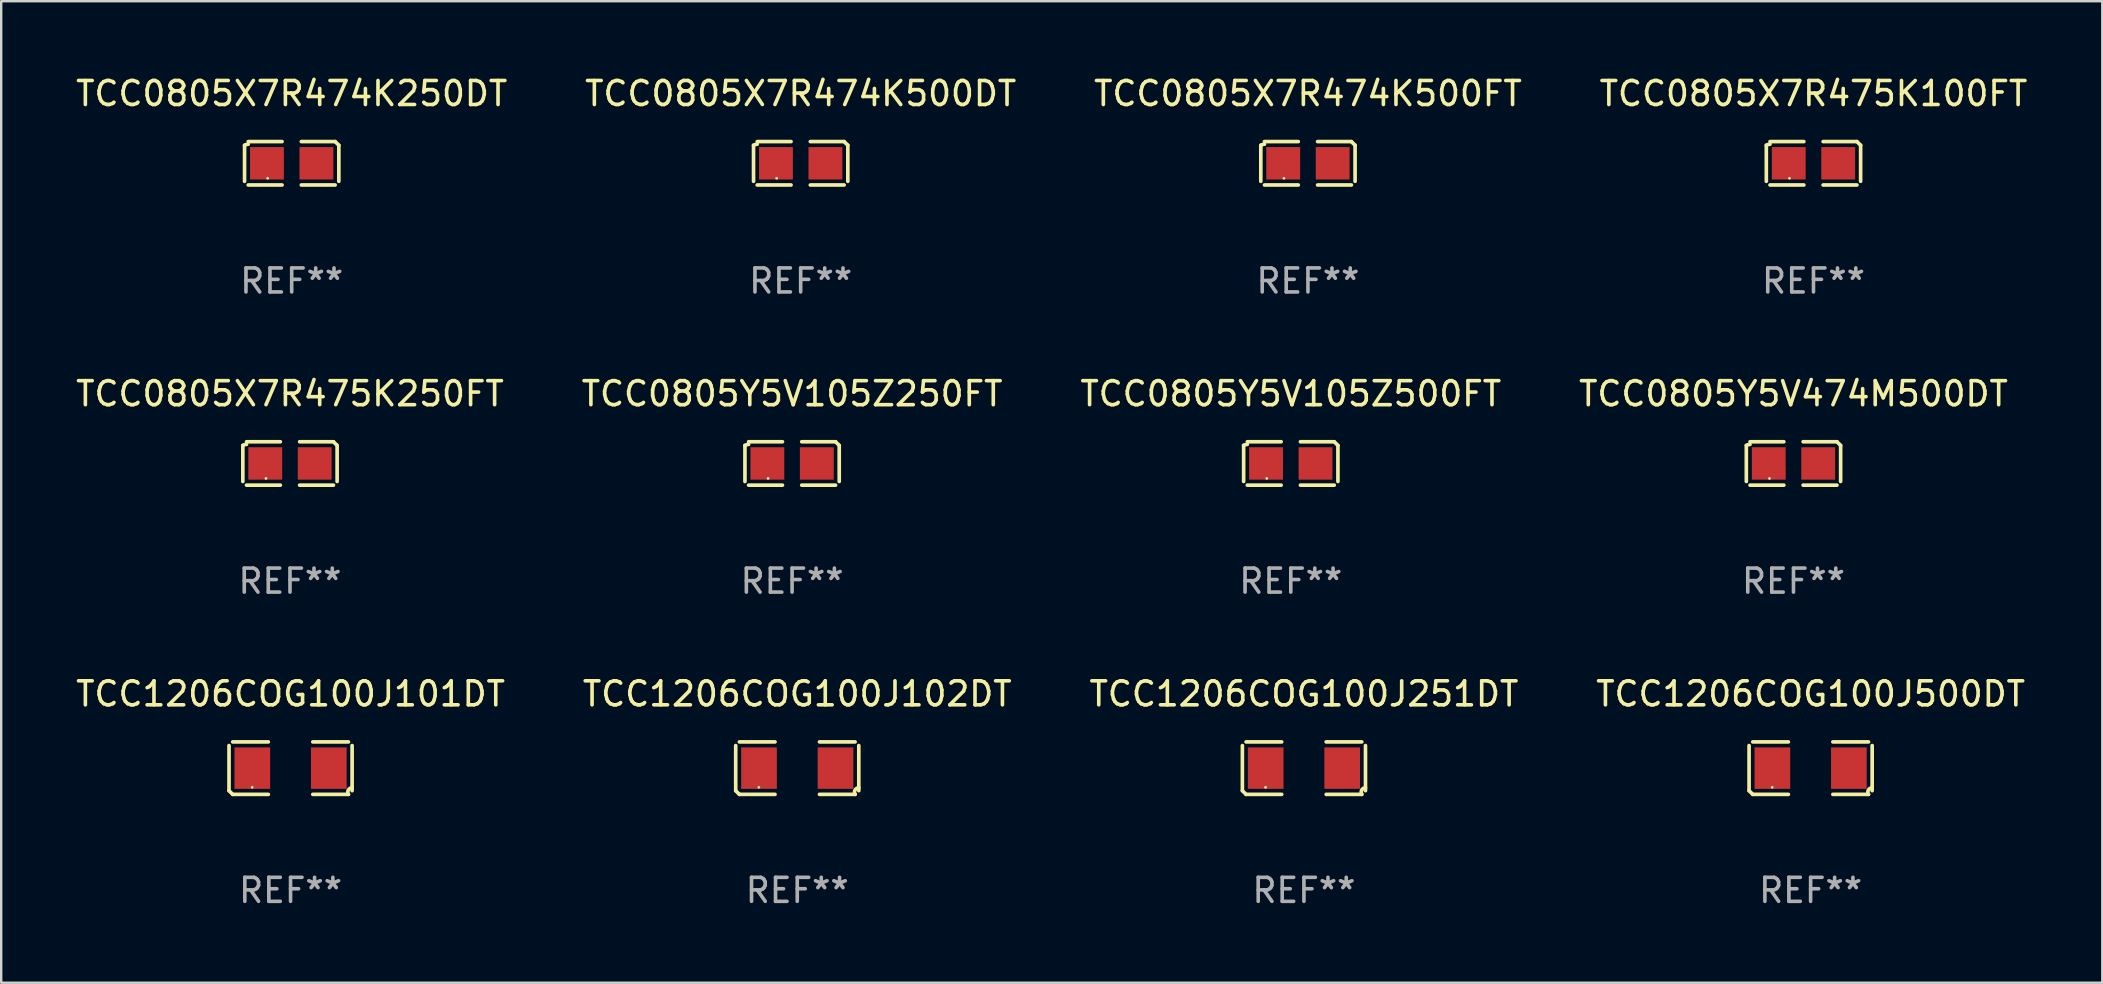
<source format=kicad_pcb>
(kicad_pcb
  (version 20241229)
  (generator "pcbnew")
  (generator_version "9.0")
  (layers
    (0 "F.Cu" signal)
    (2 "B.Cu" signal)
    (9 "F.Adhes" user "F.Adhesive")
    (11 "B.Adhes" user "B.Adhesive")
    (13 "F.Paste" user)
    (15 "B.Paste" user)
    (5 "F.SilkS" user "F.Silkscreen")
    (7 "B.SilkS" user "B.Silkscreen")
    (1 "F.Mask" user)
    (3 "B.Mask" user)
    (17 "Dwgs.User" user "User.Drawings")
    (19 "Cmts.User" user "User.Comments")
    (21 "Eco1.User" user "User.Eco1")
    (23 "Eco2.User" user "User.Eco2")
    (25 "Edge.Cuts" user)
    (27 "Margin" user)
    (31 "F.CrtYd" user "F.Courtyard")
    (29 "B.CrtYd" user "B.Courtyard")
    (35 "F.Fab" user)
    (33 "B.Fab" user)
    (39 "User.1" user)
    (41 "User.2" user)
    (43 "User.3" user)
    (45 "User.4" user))
  (footprint "TCC1206COG100J500DT"
    (layer "F.Cu")
    (at 72.375 28.948)
    (property "Reference" "TCC1206COG100J500DT" (at 0 -3.093 0) (layer "F.SilkS") (effects (font (size 1 1) (thickness 0.15))))
    (attr through_hole)
    (fp_line (start -2.564 0.94) (end -2.564 -0.94) (stroke (width 0.152) (type solid)) (layer "F.SilkS"))
    (fp_line (start -2.411 -1.093) (end -0.926 -1.093) (stroke (width 0.152) (type solid)) (layer "F.SilkS"))
    (fp_line (start -0.926 1.093) (end -2.411 1.093) (stroke (width 0.152) (type solid)) (layer "F.SilkS"))
    (fp_line (start 0.926 1.093) (end 2.411 1.093) (stroke (width 0.152) (type solid)) (layer "F.SilkS"))
    (fp_line (start 2.411 -1.093) (end 0.926 -1.093) (stroke (width 0.152) (type solid)) (layer "F.SilkS"))
    (fp_line (start 2.564 0.94) (end 2.564 -0.94) (stroke (width 0.152) (type solid)) (layer "F.SilkS"))
    (fp_arc (start -2.411201 1.092609) (mid -2.487413 1.01642) (end -2.563602 0.940208) (stroke (width 0.1524) (type solid)) (layer "F.SilkS"))
    (fp_arc (start 2.411201 1.092609) (mid 2.407159 0.911226) (end 2.563602 0.819347) (stroke (width 0.1524) (type solid)) (layer "F.SilkS"))
    (fp_circle (center -1.6 0.8) (end -1.57 0.8) (stroke (width 0.06) (type solid)) (fill no) (layer "F.SilkS"))
    (fp_text user "REF**" (at 0 5.093 0) (layer "F.Fab") (effects (font (size 1 1) (thickness 0.15))))
    (pad "1" smd rect (at -1.593 0) (size 1.485 1.728) (layers "F.Cu" "F.Mask" "F.Paste"))
    (pad "2" smd rect (at 1.593 0) (size 1.485 1.728) (layers "F.Cu" "F.Mask" "F.Paste")))
  (footprint "TCC0805Y5V474M500DT"
    (layer "F.Cu")
    (at 71.661 16.256)
    (property "Reference" "TCC0805Y5V474M500DT" (at 0 -2.904 0) (layer "F.SilkS") (effects (font (size 1 1) (thickness 0.15))))
    (attr through_hole)
    (fp_line (start -1.964 0.751) (end -1.964 -0.751) (stroke (width 0.152) (type solid)) (layer "F.SilkS"))
    (fp_line (start -1.811 -0.904) (end -0.401 -0.904) (stroke (width 0.152) (type solid)) (layer "F.SilkS"))
    (fp_line (start -0.401 0.904) (end -1.811 0.904) (stroke (width 0.152) (type solid)) (layer "F.SilkS"))
    (fp_line (start 0.401 0.904) (end 1.811 0.904) (stroke (width 0.152) (type solid)) (layer "F.SilkS"))
    (fp_line (start 1.811 -0.904) (end 0.401 -0.904) (stroke (width 0.152) (type solid)) (layer "F.SilkS"))
    (fp_line (start 1.964 0.751) (end 1.964 -0.751) (stroke (width 0.152) (type solid)) (layer "F.SilkS"))
    (fp_arc (start -1.963602 -0.751207) (mid -1.890354 -0.783131) (end -1.811201 -0.794044) (stroke (width 0.1524) (type solid)) (layer "F.SilkS"))
    (fp_arc (start 1.811202 -0.903607) (mid 1.887413 -0.827418) (end 1.963602 -0.751207) (stroke (width 0.1524) (type solid)) (layer "F.SilkS"))
    (fp_circle (center -1 0.625) (end -0.97 0.625) (stroke (width 0.06) (type solid)) (fill no) (layer "F.SilkS"))
    (fp_text user "REF**" (at 0 4.904 0) (layer "F.Fab") (effects (font (size 1 1) (thickness 0.15))))
    (pad "1" smd rect (at -1.03 0) (size 1.41 1.35) (layers "F.Cu" "F.Mask" "F.Paste"))
    (pad "2" smd rect (at 1.03 0) (size 1.41 1.35) (layers "F.Cu" "F.Mask" "F.Paste")))
  (footprint "TCC0805X7R475K100FT"
    (layer "F.Cu")
    (at 72.494 3.752)
    (property "Reference" "TCC0805X7R475K100FT" (at 0 -2.904 0) (layer "F.SilkS") (effects (font (size 1 1) (thickness 0.15))))
    (attr through_hole)
    (fp_line (start -1.964 0.751) (end -1.964 -0.751) (stroke (width 0.152) (type solid)) (layer "F.SilkS"))
    (fp_line (start -1.811 -0.904) (end -0.401 -0.904) (stroke (width 0.152) (type solid)) (layer "F.SilkS"))
    (fp_line (start -0.401 0.904) (end -1.811 0.904) (stroke (width 0.152) (type solid)) (layer "F.SilkS"))
    (fp_line (start 0.401 0.904) (end 1.811 0.904) (stroke (width 0.152) (type solid)) (layer "F.SilkS"))
    (fp_line (start 1.811 -0.904) (end 0.401 -0.904) (stroke (width 0.152) (type solid)) (layer "F.SilkS"))
    (fp_line (start 1.964 0.751) (end 1.964 -0.751) (stroke (width 0.152) (type solid)) (layer "F.SilkS"))
    (fp_arc (start -1.963602 -0.751207) (mid -1.890354 -0.783131) (end -1.811201 -0.794044) (stroke (width 0.1524) (type solid)) (layer "F.SilkS"))
    (fp_arc (start 1.811202 -0.903607) (mid 1.887413 -0.827418) (end 1.963602 -0.751207) (stroke (width 0.1524) (type solid)) (layer "F.SilkS"))
    (fp_circle (center -1 0.625) (end -0.97 0.625) (stroke (width 0.06) (type solid)) (fill no) (layer "F.SilkS"))
    (fp_text user "REF**" (at 0 4.904 0) (layer "F.Fab") (effects (font (size 1 1) (thickness 0.15))))
    (pad "1" smd rect (at -1.03 0) (size 1.41 1.35) (layers "F.Cu" "F.Mask" "F.Paste"))
    (pad "2" smd rect (at 1.03 0) (size 1.41 1.35) (layers "F.Cu" "F.Mask" "F.Paste")))
  (footprint "TCC1206COG100J102DT"
    (layer "F.Cu")
    (at 30.161 28.948)
    (property "Reference" "TCC1206COG100J102DT" (at 0 -3.093 0) (layer "F.SilkS") (effects (font (size 1 1) (thickness 0.15))))
    (attr through_hole)
    (fp_line (start -2.564 0.94) (end -2.564 -0.94) (stroke (width 0.152) (type solid)) (layer "F.SilkS"))
    (fp_line (start -2.411 -1.093) (end -0.926 -1.093) (stroke (width 0.152) (type solid)) (layer "F.SilkS"))
    (fp_line (start -0.926 1.093) (end -2.411 1.093) (stroke (width 0.152) (type solid)) (layer "F.SilkS"))
    (fp_line (start 0.926 1.093) (end 2.411 1.093) (stroke (width 0.152) (type solid)) (layer "F.SilkS"))
    (fp_line (start 2.411 -1.093) (end 0.926 -1.093) (stroke (width 0.152) (type solid)) (layer "F.SilkS"))
    (fp_line (start 2.564 0.94) (end 2.564 -0.94) (stroke (width 0.152) (type solid)) (layer "F.SilkS"))
    (fp_arc (start -2.411201 1.092609) (mid -2.487413 1.01642) (end -2.563602 0.940208) (stroke (width 0.1524) (type solid)) (layer "F.SilkS"))
    (fp_arc (start 2.411201 1.092609) (mid 2.407159 0.911226) (end 2.563602 0.819347) (stroke (width 0.1524) (type solid)) (layer "F.SilkS"))
    (fp_circle (center -1.6 0.8) (end -1.57 0.8) (stroke (width 0.06) (type solid)) (fill no) (layer "F.SilkS"))
    (fp_text user "REF**" (at 0 5.093 0) (layer "F.Fab") (effects (font (size 1 1) (thickness 0.15))))
    (pad "1" smd rect (at -1.593 0) (size 1.485 1.728) (layers "F.Cu" "F.Mask" "F.Paste"))
    (pad "2" smd rect (at 1.593 0) (size 1.485 1.728) (layers "F.Cu" "F.Mask" "F.Paste")))
  (footprint "TCC0805X7R474K250DT"
    (layer "F.Cu")
    (at 9.101 3.752)
    (property "Reference" "TCC0805X7R474K250DT" (at 0 -2.904 0) (layer "F.SilkS") (effects (font (size 1 1) (thickness 0.15))))
    (attr through_hole)
    (fp_line (start -1.964 0.751) (end -1.964 -0.751) (stroke (width 0.152) (type solid)) (layer "F.SilkS"))
    (fp_line (start -1.811 -0.904) (end -0.401 -0.904) (stroke (width 0.152) (type solid)) (layer "F.SilkS"))
    (fp_line (start -0.401 0.904) (end -1.811 0.904) (stroke (width 0.152) (type solid)) (layer "F.SilkS"))
    (fp_line (start 0.401 0.904) (end 1.811 0.904) (stroke (width 0.152) (type solid)) (layer "F.SilkS"))
    (fp_line (start 1.811 -0.904) (end 0.401 -0.904) (stroke (width 0.152) (type solid)) (layer "F.SilkS"))
    (fp_line (start 1.964 0.751) (end 1.964 -0.751) (stroke (width 0.152) (type solid)) (layer "F.SilkS"))
    (fp_arc (start -1.963602 -0.751207) (mid -1.890354 -0.783131) (end -1.811201 -0.794044) (stroke (width 0.1524) (type solid)) (layer "F.SilkS"))
    (fp_arc (start 1.811202 -0.903607) (mid 1.887413 -0.827418) (end 1.963602 -0.751207) (stroke (width 0.1524) (type solid)) (layer "F.SilkS"))
    (fp_circle (center -1 0.625) (end -0.97 0.625) (stroke (width 0.06) (type solid)) (fill no) (layer "F.SilkS"))
    (fp_text user "REF**" (at 0 4.904 0) (layer "F.Fab") (effects (font (size 1 1) (thickness 0.15))))
    (pad "1" smd rect (at -1.03 0) (size 1.41 1.35) (layers "F.Cu" "F.Mask" "F.Paste"))
    (pad "2" smd rect (at 1.03 0) (size 1.41 1.35) (layers "F.Cu" "F.Mask" "F.Paste")))
  (footprint "TCC0805X7R474K500DT"
    (layer "F.Cu")
    (at 30.304 3.752)
    (property "Reference" "TCC0805X7R474K500DT" (at 0 -2.904 0) (layer "F.SilkS") (effects (font (size 1 1) (thickness 0.15))))
    (attr through_hole)
    (fp_line (start -1.964 0.751) (end -1.964 -0.751) (stroke (width 0.152) (type solid)) (layer "F.SilkS"))
    (fp_line (start -1.811 -0.904) (end -0.401 -0.904) (stroke (width 0.152) (type solid)) (layer "F.SilkS"))
    (fp_line (start -0.401 0.904) (end -1.811 0.904) (stroke (width 0.152) (type solid)) (layer "F.SilkS"))
    (fp_line (start 0.401 0.904) (end 1.811 0.904) (stroke (width 0.152) (type solid)) (layer "F.SilkS"))
    (fp_line (start 1.811 -0.904) (end 0.401 -0.904) (stroke (width 0.152) (type solid)) (layer "F.SilkS"))
    (fp_line (start 1.964 0.751) (end 1.964 -0.751) (stroke (width 0.152) (type solid)) (layer "F.SilkS"))
    (fp_arc (start -1.963602 -0.751207) (mid -1.890354 -0.783131) (end -1.811201 -0.794044) (stroke (width 0.1524) (type solid)) (layer "F.SilkS"))
    (fp_arc (start 1.811202 -0.903607) (mid 1.887413 -0.827418) (end 1.963602 -0.751207) (stroke (width 0.1524) (type solid)) (layer "F.SilkS"))
    (fp_circle (center -1 0.625) (end -0.97 0.625) (stroke (width 0.06) (type solid)) (fill no) (layer "F.SilkS"))
    (fp_text user "REF**" (at 0 4.904 0) (layer "F.Fab") (effects (font (size 1 1) (thickness 0.15))))
    (pad "1" smd rect (at -1.03 0) (size 1.41 1.35) (layers "F.Cu" "F.Mask" "F.Paste"))
    (pad "2" smd rect (at 1.03 0) (size 1.41 1.35) (layers "F.Cu" "F.Mask" "F.Paste")))
  (footprint "TCC0805Y5V105Z250FT"
    (layer "F.Cu")
    (at 29.946 16.256)
    (property "Reference" "TCC0805Y5V105Z250FT" (at 0 -2.904 0) (layer "F.SilkS") (effects (font (size 1 1) (thickness 0.15))))
    (attr through_hole)
    (fp_line (start -1.964 0.751) (end -1.964 -0.751) (stroke (width 0.152) (type solid)) (layer "F.SilkS"))
    (fp_line (start -1.811 -0.904) (end -0.401 -0.904) (stroke (width 0.152) (type solid)) (layer "F.SilkS"))
    (fp_line (start -0.401 0.904) (end -1.811 0.904) (stroke (width 0.152) (type solid)) (layer "F.SilkS"))
    (fp_line (start 0.401 0.904) (end 1.811 0.904) (stroke (width 0.152) (type solid)) (layer "F.SilkS"))
    (fp_line (start 1.811 -0.904) (end 0.401 -0.904) (stroke (width 0.152) (type solid)) (layer "F.SilkS"))
    (fp_line (start 1.964 0.751) (end 1.964 -0.751) (stroke (width 0.152) (type solid)) (layer "F.SilkS"))
    (fp_arc (start -1.963602 -0.751207) (mid -1.890354 -0.783131) (end -1.811201 -0.794044) (stroke (width 0.1524) (type solid)) (layer "F.SilkS"))
    (fp_arc (start 1.811202 -0.903607) (mid 1.887413 -0.827418) (end 1.963602 -0.751207) (stroke (width 0.1524) (type solid)) (layer "F.SilkS"))
    (fp_circle (center -1 0.625) (end -0.97 0.625) (stroke (width 0.06) (type solid)) (fill no) (layer "F.SilkS"))
    (fp_text user "REF**" (at 0 4.904 0) (layer "F.Fab") (effects (font (size 1 1) (thickness 0.15))))
    (pad "1" smd rect (at -1.03 0) (size 1.41 1.35) (layers "F.Cu" "F.Mask" "F.Paste"))
    (pad "2" smd rect (at 1.03 0) (size 1.41 1.35) (layers "F.Cu" "F.Mask" "F.Paste")))
  (footprint "TCC0805Y5V105Z500FT"
    (layer "F.Cu")
    (at 50.72 16.256)
    (property "Reference" "TCC0805Y5V105Z500FT" (at 0 -2.904 0) (layer "F.SilkS") (effects (font (size 1 1) (thickness 0.15))))
    (attr through_hole)
    (fp_line (start -1.964 0.751) (end -1.964 -0.751) (stroke (width 0.152) (type solid)) (layer "F.SilkS"))
    (fp_line (start -1.811 -0.904) (end -0.401 -0.904) (stroke (width 0.152) (type solid)) (layer "F.SilkS"))
    (fp_line (start -0.401 0.904) (end -1.811 0.904) (stroke (width 0.152) (type solid)) (layer "F.SilkS"))
    (fp_line (start 0.401 0.904) (end 1.811 0.904) (stroke (width 0.152) (type solid)) (layer "F.SilkS"))
    (fp_line (start 1.811 -0.904) (end 0.401 -0.904) (stroke (width 0.152) (type solid)) (layer "F.SilkS"))
    (fp_line (start 1.964 0.751) (end 1.964 -0.751) (stroke (width 0.152) (type solid)) (layer "F.SilkS"))
    (fp_arc (start -1.963602 -0.751207) (mid -1.890354 -0.783131) (end -1.811201 -0.794044) (stroke (width 0.1524) (type solid)) (layer "F.SilkS"))
    (fp_arc (start 1.811202 -0.903607) (mid 1.887413 -0.827418) (end 1.963602 -0.751207) (stroke (width 0.1524) (type solid)) (layer "F.SilkS"))
    (fp_circle (center -1 0.625) (end -0.97 0.625) (stroke (width 0.06) (type solid)) (fill no) (layer "F.SilkS"))
    (fp_text user "REF**" (at 0 4.904 0) (layer "F.Fab") (effects (font (size 1 1) (thickness 0.15))))
    (pad "1" smd rect (at -1.03 0) (size 1.41 1.35) (layers "F.Cu" "F.Mask" "F.Paste"))
    (pad "2" smd rect (at 1.03 0) (size 1.41 1.35) (layers "F.Cu" "F.Mask" "F.Paste")))
  (footprint "TCC1206COG100J251DT"
    (layer "F.Cu")
    (at 51.268 28.948)
    (property "Reference" "TCC1206COG100J251DT" (at 0 -3.093 0) (layer "F.SilkS") (effects (font (size 1 1) (thickness 0.15))))
    (attr through_hole)
    (fp_line (start -2.564 0.94) (end -2.564 -0.94) (stroke (width 0.152) (type solid)) (layer "F.SilkS"))
    (fp_line (start -2.411 -1.093) (end -0.926 -1.093) (stroke (width 0.152) (type solid)) (layer "F.SilkS"))
    (fp_line (start -0.926 1.093) (end -2.411 1.093) (stroke (width 0.152) (type solid)) (layer "F.SilkS"))
    (fp_line (start 0.926 1.093) (end 2.411 1.093) (stroke (width 0.152) (type solid)) (layer "F.SilkS"))
    (fp_line (start 2.411 -1.093) (end 0.926 -1.093) (stroke (width 0.152) (type solid)) (layer "F.SilkS"))
    (fp_line (start 2.564 0.94) (end 2.564 -0.94) (stroke (width 0.152) (type solid)) (layer "F.SilkS"))
    (fp_arc (start -2.411201 1.092609) (mid -2.487413 1.01642) (end -2.563602 0.940208) (stroke (width 0.1524) (type solid)) (layer "F.SilkS"))
    (fp_arc (start 2.411201 1.092609) (mid 2.407159 0.911226) (end 2.563602 0.819347) (stroke (width 0.1524) (type solid)) (layer "F.SilkS"))
    (fp_circle (center -1.6 0.8) (end -1.57 0.8) (stroke (width 0.06) (type solid)) (fill no) (layer "F.SilkS"))
    (fp_text user "REF**" (at 0 5.093 0) (layer "F.Fab") (effects (font (size 1 1) (thickness 0.15))))
    (pad "1" smd rect (at -1.593 0) (size 1.485 1.728) (layers "F.Cu" "F.Mask" "F.Paste"))
    (pad "2" smd rect (at 1.593 0) (size 1.485 1.728) (layers "F.Cu" "F.Mask" "F.Paste")))
  (footprint "TCC0805X7R475K250FT"
    (layer "F.Cu")
    (at 9.03 16.256)
    (property "Reference" "TCC0805X7R475K250FT" (at 0 -2.904 0) (layer "F.SilkS") (effects (font (size 1 1) (thickness 0.15))))
    (attr through_hole)
    (fp_line (start -1.964 0.751) (end -1.964 -0.751) (stroke (width 0.152) (type solid)) (layer "F.SilkS"))
    (fp_line (start -1.811 -0.904) (end -0.401 -0.904) (stroke (width 0.152) (type solid)) (layer "F.SilkS"))
    (fp_line (start -0.401 0.904) (end -1.811 0.904) (stroke (width 0.152) (type solid)) (layer "F.SilkS"))
    (fp_line (start 0.401 0.904) (end 1.811 0.904) (stroke (width 0.152) (type solid)) (layer "F.SilkS"))
    (fp_line (start 1.811 -0.904) (end 0.401 -0.904) (stroke (width 0.152) (type solid)) (layer "F.SilkS"))
    (fp_line (start 1.964 0.751) (end 1.964 -0.751) (stroke (width 0.152) (type solid)) (layer "F.SilkS"))
    (fp_arc (start -1.963602 -0.751207) (mid -1.890354 -0.783131) (end -1.811201 -0.794044) (stroke (width 0.1524) (type solid)) (layer "F.SilkS"))
    (fp_arc (start 1.811202 -0.903607) (mid 1.887413 -0.827418) (end 1.963602 -0.751207) (stroke (width 0.1524) (type solid)) (layer "F.SilkS"))
    (fp_circle (center -1 0.625) (end -0.97 0.625) (stroke (width 0.06) (type solid)) (fill no) (layer "F.SilkS"))
    (fp_text user "REF**" (at 0 4.904 0) (layer "F.Fab") (effects (font (size 1 1) (thickness 0.15))))
    (pad "1" smd rect (at -1.03 0) (size 1.41 1.35) (layers "F.Cu" "F.Mask" "F.Paste"))
    (pad "2" smd rect (at 1.03 0) (size 1.41 1.35) (layers "F.Cu" "F.Mask" "F.Paste")))
  (footprint "TCC0805X7R474K500FT"
    (layer "F.Cu")
    (at 51.435 3.752)
    (property "Reference" "TCC0805X7R474K500FT" (at 0 -2.904 0) (layer "F.SilkS") (effects (font (size 1 1) (thickness 0.15))))
    (attr through_hole)
    (fp_line (start -1.964 0.751) (end -1.964 -0.751) (stroke (width 0.152) (type solid)) (layer "F.SilkS"))
    (fp_line (start -1.811 -0.904) (end -0.401 -0.904) (stroke (width 0.152) (type solid)) (layer "F.SilkS"))
    (fp_line (start -0.401 0.904) (end -1.811 0.904) (stroke (width 0.152) (type solid)) (layer "F.SilkS"))
    (fp_line (start 0.401 0.904) (end 1.811 0.904) (stroke (width 0.152) (type solid)) (layer "F.SilkS"))
    (fp_line (start 1.811 -0.904) (end 0.401 -0.904) (stroke (width 0.152) (type solid)) (layer "F.SilkS"))
    (fp_line (start 1.964 0.751) (end 1.964 -0.751) (stroke (width 0.152) (type solid)) (layer "F.SilkS"))
    (fp_arc (start -1.963602 -0.751207) (mid -1.890354 -0.783131) (end -1.811201 -0.794044) (stroke (width 0.1524) (type solid)) (layer "F.SilkS"))
    (fp_arc (start 1.811202 -0.903607) (mid 1.887413 -0.827418) (end 1.963602 -0.751207) (stroke (width 0.1524) (type solid)) (layer "F.SilkS"))
    (fp_circle (center -1 0.625) (end -0.97 0.625) (stroke (width 0.06) (type solid)) (fill no) (layer "F.SilkS"))
    (fp_text user "REF**" (at 0 4.904 0) (layer "F.Fab") (effects (font (size 1 1) (thickness 0.15))))
    (pad "1" smd rect (at -1.03 0) (size 1.41 1.35) (layers "F.Cu" "F.Mask" "F.Paste"))
    (pad "2" smd rect (at 1.03 0) (size 1.41 1.35) (layers "F.Cu" "F.Mask" "F.Paste")))
  (footprint "TCC1206COG100J101DT"
    (layer "F.Cu")
    (at 9.054 28.948)
    (property "Reference" "TCC1206COG100J101DT" (at 0 -3.093 0) (layer "F.SilkS") (effects (font (size 1 1) (thickness 0.15))))
    (attr through_hole)
    (fp_line (start -2.564 0.94) (end -2.564 -0.94) (stroke (width 0.152) (type solid)) (layer "F.SilkS"))
    (fp_line (start -2.411 -1.093) (end -0.926 -1.093) (stroke (width 0.152) (type solid)) (layer "F.SilkS"))
    (fp_line (start -0.926 1.093) (end -2.411 1.093) (stroke (width 0.152) (type solid)) (layer "F.SilkS"))
    (fp_line (start 0.926 1.093) (end 2.411 1.093) (stroke (width 0.152) (type solid)) (layer "F.SilkS"))
    (fp_line (start 2.411 -1.093) (end 0.926 -1.093) (stroke (width 0.152) (type solid)) (layer "F.SilkS"))
    (fp_line (start 2.564 0.94) (end 2.564 -0.94) (stroke (width 0.152) (type solid)) (layer "F.SilkS"))
    (fp_arc (start -2.411201 1.092609) (mid -2.487413 1.01642) (end -2.563602 0.940208) (stroke (width 0.1524) (type solid)) (layer "F.SilkS"))
    (fp_arc (start 2.411201 1.092609) (mid 2.407159 0.911226) (end 2.563602 0.819347) (stroke (width 0.1524) (type solid)) (layer "F.SilkS"))
    (fp_circle (center -1.6 0.8) (end -1.57 0.8) (stroke (width 0.06) (type solid)) (fill no) (layer "F.SilkS"))
    (fp_text user "REF**" (at 0 5.093 0) (layer "F.Fab") (effects (font (size 1 1) (thickness 0.15))))
    (pad "1" smd rect (at -1.593 0) (size 1.485 1.728) (layers "F.Cu" "F.Mask" "F.Paste"))
    (pad "2" smd rect (at 1.593 0) (size 1.485 1.728) (layers "F.Cu" "F.Mask" "F.Paste")))
  (gr_rect
    (start -3 -3)
    (end 84.524 37.889)
    (stroke (width 0.1) (type default))
    (fill no)
    (layer "Edge.Cuts")))
</source>
